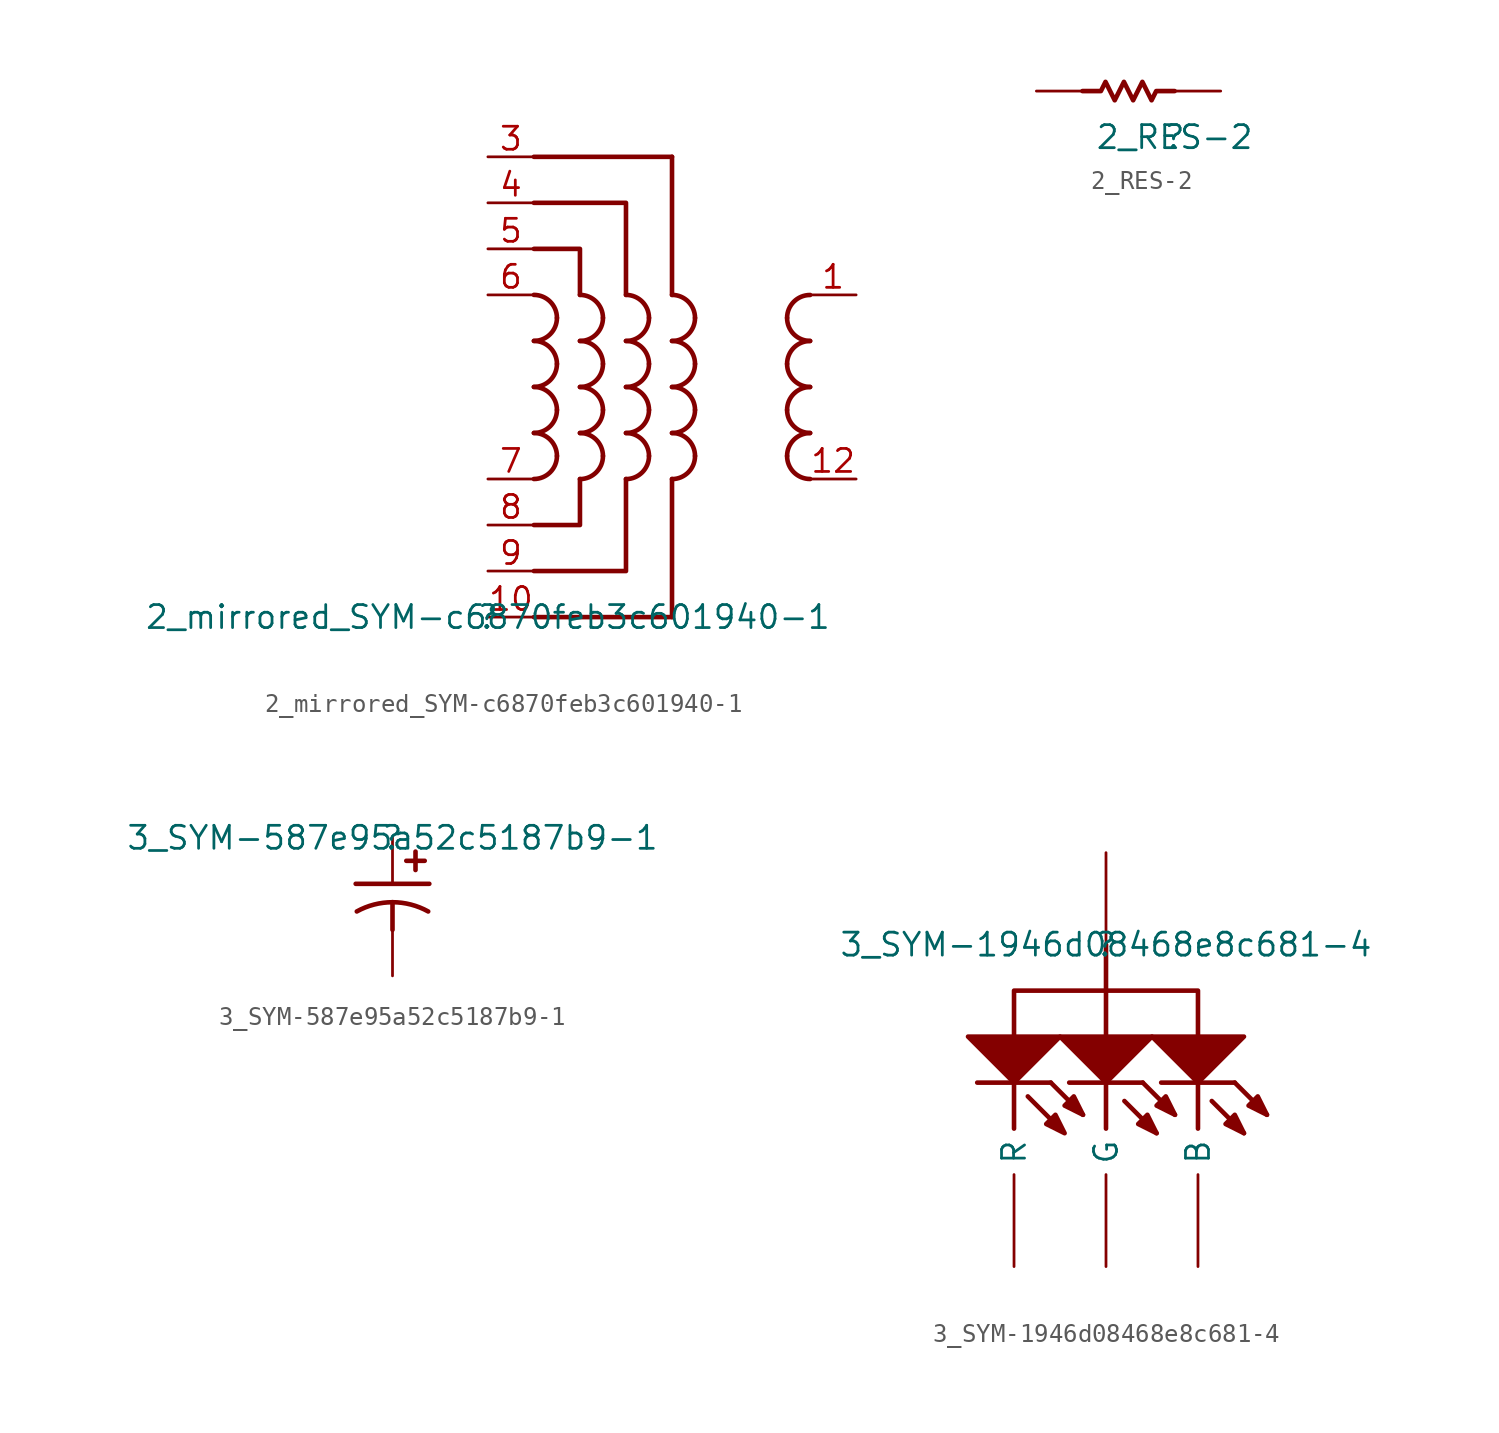
<source format=kicad_sym>
(kicad_symbol_lib
  (version 20211014)
  (generator kicad_symbol_editor)
  (symbol "2_mirrored_SYM-c6870feb3c601940-1"
    (property "Reference" ""
      (at 0 0 0)
      (effects (font (size 1.27 1.27))))
    (property "Value" "2_mirrored_SYM-c6870feb3c601940-1"
      (at 0 0 0)
      (effects (font (size 1.27 1.27))))
    (symbol "2_mirrored_SYM-c6870feb3c601940-1_1_0"
      (polyline (pts (xy 2.54 0) (xy 10.16 0)) (stroke (width 0.254) (type default) (color 0 0 0 0)) (fill (type none)))
      (polyline (pts (xy 2.54 25.4) (xy 10.16 25.4)) (stroke (width 0.254) (type default) (color 0 0 0 0)) (fill (type none)))
      (polyline (pts (xy 10.16 0) (xy 10.16 7.62)) (stroke (width 0.254) (type default) (color 0 0 0 0)) (fill (type none)))
      (polyline (pts (xy 10.16 25.4) (xy 10.16 17.78)) (stroke (width 0.254) (type default) (color 0 0 0 0)) (fill (type none)))
      (polyline (pts (xy 2.54 20.32) (xy 5.08 20.32) (xy 5.08 17.78)) (stroke (width 0.254) (type default) (color 0 0 0 0)) (fill (type none)))
      (polyline (pts (xy 2.54 22.86) (xy 7.62 22.86) (xy 7.62 17.78)) (stroke (width 0.254) (type default) (color 0 0 0 0)) (fill (type none)))
      (polyline (pts (xy 5.08 7.62) (xy 5.08 5.08) (xy 2.54 5.08)) (stroke (width 0.254) (type default) (color 0 0 0 0)) (fill (type none)))
      (polyline (pts (xy 7.62 7.62) (xy 7.62 2.54) (xy 2.54 2.54)) (stroke (width 0.254) (type default) (color 0 0 0 0)) (fill (type none)))
      (arc (start 2.54 7.62) (mid 3.438 7.992) (end 3.81 8.89) (stroke (width 0.254) (type default) (color 0 0 0 0)) (fill (type none)))
      (arc (start 2.54 10.16) (mid 3.438 10.532) (end 3.81 11.43) (stroke (width 0.254) (type default) (color 0 0 0 0)) (fill (type none)))
      (arc (start 2.54 12.7) (mid 3.438 13.072) (end 3.81 13.97) (stroke (width 0.254) (type default) (color 0 0 0 0)) (fill (type none)))
      (arc (start 2.54 15.24) (mid 3.438 15.612) (end 3.81 16.51) (stroke (width 0.254) (type default) (color 0 0 0 0)) (fill (type none)))
      (arc (start 3.81 8.89) (mid 3.438 9.788) (end 2.54 10.16) (stroke (width 0.254) (type default) (color 0 0 0 0)) (fill (type none)))
      (arc (start 3.81 11.43) (mid 3.438 12.328) (end 2.54 12.7) (stroke (width 0.254) (type default) (color 0 0 0 0)) (fill (type none)))
      (arc (start 3.81 13.97) (mid 3.438 14.868) (end 2.54 15.24) (stroke (width 0.254) (type default) (color 0 0 0 0)) (fill (type none)))
      (arc (start 3.81 16.51) (mid 3.438 17.408) (end 2.54 17.78) (stroke (width 0.254) (type default) (color 0 0 0 0)) (fill (type none)))
      (arc (start 5.08 7.62) (mid 5.978 7.992) (end 6.35 8.89) (stroke (width 0.254) (type default) (color 0 0 0 0)) (fill (type none)))
      (arc (start 5.08 10.16) (mid 5.978 10.532) (end 6.35 11.43) (stroke (width 0.254) (type default) (color 0 0 0 0)) (fill (type none)))
      (arc (start 5.08 12.7) (mid 5.978 13.072) (end 6.35 13.97) (stroke (width 0.254) (type default) (color 0 0 0 0)) (fill (type none)))
      (arc (start 5.08 15.24) (mid 5.978 15.612) (end 6.35 16.51) (stroke (width 0.254) (type default) (color 0 0 0 0)) (fill (type none)))
      (arc (start 6.35 8.89) (mid 5.978 9.788) (end 5.08 10.16) (stroke (width 0.254) (type default) (color 0 0 0 0)) (fill (type none)))
      (arc (start 6.35 11.43) (mid 5.978 12.328) (end 5.08 12.7) (stroke (width 0.254) (type default) (color 0 0 0 0)) (fill (type none)))
      (arc (start 6.35 13.97) (mid 5.978 14.868) (end 5.08 15.24) (stroke (width 0.254) (type default) (color 0 0 0 0)) (fill (type none)))
      (arc (start 6.35 16.51) (mid 5.978 17.408) (end 5.08 17.78) (stroke (width 0.254) (type default) (color 0 0 0 0)) (fill (type none)))
      (arc (start 7.62 7.62) (mid 8.518 7.992) (end 8.89 8.89) (stroke (width 0.254) (type default) (color 0 0 0 0)) (fill (type none)))
      (arc (start 7.62 10.16) (mid 8.518 10.532) (end 8.89 11.43) (stroke (width 0.254) (type default) (color 0 0 0 0)) (fill (type none)))
      (arc (start 7.62 12.7) (mid 8.518 13.072) (end 8.89 13.97) (stroke (width 0.254) (type default) (color 0 0 0 0)) (fill (type none)))
      (arc (start 7.62 15.24) (mid 8.518 15.612) (end 8.89 16.51) (stroke (width 0.254) (type default) (color 0 0 0 0)) (fill (type none)))
      (arc (start 8.89 8.89) (mid 8.518 9.788) (end 7.62 10.16) (stroke (width 0.254) (type default) (color 0 0 0 0)) (fill (type none)))
      (arc (start 8.89 11.43) (mid 8.518 12.328) (end 7.62 12.7) (stroke (width 0.254) (type default) (color 0 0 0 0)) (fill (type none)))
      (arc (start 8.89 13.97) (mid 8.518 14.868) (end 7.62 15.24) (stroke (width 0.254) (type default) (color 0 0 0 0)) (fill (type none)))
      (arc (start 8.89 16.51) (mid 8.518 17.408) (end 7.62 17.78) (stroke (width 0.254) (type default) (color 0 0 0 0)) (fill (type none)))
      (arc (start 10.16 7.62) (mid 11.058 7.992) (end 11.43 8.89) (stroke (width 0.254) (type default) (color 0 0 0 0)) (fill (type none)))
      (arc (start 10.16 10.16) (mid 11.058 10.532) (end 11.43 11.43) (stroke (width 0.254) (type default) (color 0 0 0 0)) (fill (type none)))
      (arc (start 10.16 12.7) (mid 11.058 13.072) (end 11.43 13.97) (stroke (width 0.254) (type default) (color 0 0 0 0)) (fill (type none)))
      (arc (start 10.16 15.24) (mid 11.058 15.612) (end 11.43 16.51) (stroke (width 0.254) (type default) (color 0 0 0 0)) (fill (type none)))
      (arc (start 11.43 8.89) (mid 11.058 9.788) (end 10.16 10.16) (stroke (width 0.254) (type default) (color 0 0 0 0)) (fill (type none)))
      (arc (start 11.43 11.43) (mid 11.058 12.328) (end 10.16 12.7) (stroke (width 0.254) (type default) (color 0 0 0 0)) (fill (type none)))
      (arc (start 11.43 13.97) (mid 11.058 14.868) (end 10.16 15.24) (stroke (width 0.254) (type default) (color 0 0 0 0)) (fill (type none)))
      (arc (start 11.43 16.51) (mid 11.058 17.408) (end 10.16 17.78) (stroke (width 0.254) (type default) (color 0 0 0 0)) (fill (type none)))
      (arc (start 16.51 8.89) (mid 16.882 7.992) (end 17.78 7.62) (stroke (width 0.254) (type default) (color 0 0 0 0)) (fill (type none)))
      (arc (start 16.51 11.43) (mid 16.882 10.532) (end 17.78 10.16) (stroke (width 0.254) (type default) (color 0 0 0 0)) (fill (type none)))
      (arc (start 16.51 13.97) (mid 16.882 13.072) (end 17.78 12.7) (stroke (width 0.254) (type default) (color 0 0 0 0)) (fill (type none)))
      (arc (start 16.51 16.51) (mid 16.882 15.612) (end 17.78 15.24) (stroke (width 0.254) (type default) (color 0 0 0 0)) (fill (type none)))
      (arc (start 17.78 10.16) (mid 16.882 9.788) (end 16.51 8.89) (stroke (width 0.254) (type default) (color 0 0 0 0)) (fill (type none)))
      (arc (start 17.78 12.7) (mid 16.882 12.328) (end 16.51 11.43) (stroke (width 0.254) (type default) (color 0 0 0 0)) (fill (type none)))
      (arc (start 17.78 15.24) (mid 16.882 14.868) (end 16.51 13.97) (stroke (width 0.254) (type default) (color 0 0 0 0)) (fill (type none)))
      (arc (start 17.78 17.78) (mid 16.882 17.408) (end 16.51 16.51) (stroke (width 0.254) (type default) (color 0 0 0 0)) (fill (type none)))
      (pin passive line (at 20.32 17.78 180) (length 2.54) (name "1" (effects (font (size 0 0)))) (number "1" (effects (font (size 1.27 1.27)))))
      (pin passive line (at 0 0 0) (length 2.54) (name "10" (effects (font (size 0 0)))) (number "10" (effects (font (size 1.27 1.27)))))
      (pin passive line (at 20.32 7.62 180) (length 2.54) (name "12" (effects (font (size 0 0)))) (number "12" (effects (font (size 1.27 1.27)))))
      (pin passive line (at 0 25.4 0) (length 2.54) (name "3" (effects (font (size 0 0)))) (number "3" (effects (font (size 1.27 1.27)))))
      (pin passive line (at 0 22.86 0) (length 2.54) (name "4" (effects (font (size 0 0)))) (number "4" (effects (font (size 1.27 1.27)))))
      (pin passive line (at 0 20.32 0) (length 2.54) (name "5" (effects (font (size 0 0)))) (number "5" (effects (font (size 1.27 1.27)))))
      (pin passive line (at 0 17.78 0) (length 2.54) (name "6" (effects (font (size 0 0)))) (number "6" (effects (font (size 1.27 1.27)))))
      (pin passive line (at 0 7.62 0) (length 2.54) (name "7" (effects (font (size 0 0)))) (number "7" (effects (font (size 1.27 1.27)))))
      (pin passive line (at 0 5.08 0) (length 2.54) (name "8" (effects (font (size 0 0)))) (number "8" (effects (font (size 1.27 1.27)))))
      (pin passive line (at 0 2.54 0) (length 2.54) (name "9" (effects (font (size 0 0)))) (number "9" (effects (font (size 1.27 1.27)))))))
  (symbol "2_RES-2"
    (property "Reference" ""
      (at 0 0 0)
      (effects (font (size 1.27 1.27))))
    (property "Value" "2_RES-2"
      (at 0 0 0)
      (effects (font (size 1.27 1.27))))
    (symbol "2_RES-2_1_0"
      (polyline (pts (xy -5.08 2.54) (xy -4.064 2.54) (xy -3.81 3.048) (xy -3.302 2.032) (xy -2.794 3.048) (xy -2.286 2.032) (xy -1.778 3.048) (xy -1.27 2.032) (xy -1.016 2.54) (xy 0 2.54)) (stroke (width 0.254) (type default) (color 0 0 0 0)) (fill (type none)))
      (pin passive line (at 2.54 2.54 180) (length 2.54) (name "1" (effects (font (size 0 0)))) (number "1" (effects (font (size 0 0)))))
      (pin passive line (at -7.62 2.54 0) (length 2.54) (name "2" (effects (font (size 0 0)))) (number "2" (effects (font (size 0 0)))))))
  (symbol "3_SYM-587e95a52c5187b9-1"
    (property "Reference" ""
      (at 0 0 0)
      (effects (font (size 1.27 1.27))))
    (property "Value" "3_SYM-587e95a52c5187b9-1"
      (at 0 0 0)
      (effects (font (size 1.27 1.27))))
    (symbol "3_SYM-587e95a52c5187b9-1_1_0"
      (arc (start 0 -3.556) (mid -1.0175 -3.6854) (end -1.9703 -4.0655) (stroke (width 0.254) (type default) (color 0 0 0 0)) (fill (type none)))
      (polyline (pts (xy -2.032 -2.54) (xy 2.032 -2.54)) (stroke (width 0.254) (type default) (color 0 0 0 0)) (fill (type none)))
      (polyline (pts (xy 0 -3.556) (xy 0 -5.08)) (stroke (width 0.254) (type default) (color 0 0 0 0)) (fill (type none)))
      (polyline (pts (xy 0.762 -1.27) (xy 1.778 -1.27)) (stroke (width 0.254) (type default) (color 0 0 0 0)) (fill (type none)))
      (polyline (pts (xy 1.27 -1.778) (xy 1.27 -0.762)) (stroke (width 0.254) (type default) (color 0 0 0 0)) (fill (type none)))
      (arc (start 1.9703 -4.0655) (mid 1.0176 -3.6854) (end 0 -3.556) (stroke (width 0.254) (type default) (color 0 0 0 0)) (fill (type none)))
      (pin passive line (at 0 0 270) (length 2.54) (name "1" (effects (font (size 0 0)))) (number "1" (effects (font (size 0 0)))))
      (pin passive line (at 0 -7.62 90) (length 2.54) (name "2" (effects (font (size 0 0)))) (number "2" (effects (font (size 0 0)))))))
  (symbol "3_SYM-1946d08468e8c681-4"
    (property "Reference" ""
      (at 0 0 0)
      (effects (font (size 1.27 1.27))))
    (property "Value" "3_SYM-1946d08468e8c681-4"
      (at 0 0 0)
      (effects (font (size 1.27 1.27))))
    (symbol "3_SYM-1946d08468e8c681-4_1_0"
      (polyline (pts (xy -5.08 -7.62) (xy -5.08 -10.16)) (stroke (width 0.254) (type default) (color 0 0 0 0)) (fill (type none)))
      (polyline (pts (xy -4.318 -8.382) (xy -2.54 -10.16)) (stroke (width 0.254) (type default) (color 0 0 0 0)) (fill (type none)))
      (polyline (pts (xy -3.048 -7.62) (xy -7.112 -7.62)) (stroke (width 0.254) (type default) (color 0 0 0 0)) (fill (type none)))
      (polyline (pts (xy -3.048 -7.62) (xy -1.27 -9.398)) (stroke (width 0.254) (type default) (color 0 0 0 0)) (fill (type none)))
      (polyline (pts (xy 0 -7.62) (xy 0 -10.16)) (stroke (width 0.254) (type default) (color 0 0 0 0)) (fill (type none)))
      (polyline (pts (xy 0 -2.54) (xy 0 -5.08)) (stroke (width 0.254) (type default) (color 0 0 0 0)) (fill (type none)))
      (polyline (pts (xy 1.016 -8.636) (xy 2.794 -10.414)) (stroke (width 0.254) (type default) (color 0 0 0 0)) (fill (type none)))
      (polyline (pts (xy 2.032 -7.62) (xy -2.032 -7.62)) (stroke (width 0.254) (type default) (color 0 0 0 0)) (fill (type none)))
      (polyline (pts (xy 2.032 -7.62) (xy 3.81 -9.398)) (stroke (width 0.254) (type default) (color 0 0 0 0)) (fill (type none)))
      (polyline (pts (xy 5.08 -7.62) (xy 5.08 -10.16)) (stroke (width 0.254) (type default) (color 0 0 0 0)) (fill (type none)))
      (polyline (pts (xy 5.842 -8.636) (xy 7.62 -10.414)) (stroke (width 0.254) (type default) (color 0 0 0 0)) (fill (type none)))
      (polyline (pts (xy 7.112 -7.62) (xy 3.048 -7.62)) (stroke (width 0.254) (type default) (color 0 0 0 0)) (fill (type none)))
      (polyline (pts (xy 7.112 -7.62) (xy 8.89 -9.398)) (stroke (width 0.254) (type default) (color 0 0 0 0)) (fill (type none)))
      (polyline (pts (xy 0 -2.54) (xy 5.08 -2.54) (xy 5.08 -5.08)) (stroke (width 0.254) (type default) (color 0 0 0 0)) (fill (type none)))
      (polyline (pts (xy -7.62 -5.08) (xy -5.08 -7.62) (xy -2.54 -5.08) (xy -7.62 -5.08)) (stroke (width 0.254) (type default) (color 0 0 0 0)) (fill (type outline)))
      (polyline (pts (xy -2.54 -5.08) (xy 0 -7.62) (xy 2.54 -5.08) (xy -2.54 -5.08)) (stroke (width 0.254) (type default) (color 0 0 0 0)) (fill (type outline)))
      (polyline (pts (xy -2.286 -10.414) (xy -2.794 -9.398) (xy -3.302 -9.906) (xy -2.286 -10.414)) (stroke (width 0.254) (type default) (color 0 0 0 0)) (fill (type outline)))
      (polyline (pts (xy -1.27 -9.398) (xy -1.778 -8.382) (xy -2.286 -8.89) (xy -1.27 -9.398)) (stroke (width 0.254) (type default) (color 0 0 0 0)) (fill (type outline)))
      (polyline (pts (xy 0 0) (xy 0 -2.54) (xy -5.08 -2.54) (xy -5.08 -5.08)) (stroke (width 0.254) (type default) (color 0 0 0 0)) (fill (type none)))
      (polyline (pts (xy 2.54 -5.08) (xy 5.08 -7.62) (xy 7.62 -5.08) (xy 2.54 -5.08)) (stroke (width 0.254) (type default) (color 0 0 0 0)) (fill (type outline)))
      (polyline (pts (xy 2.794 -10.414) (xy 2.286 -9.398) (xy 1.778 -9.906) (xy 2.794 -10.414)) (stroke (width 0.254) (type default) (color 0 0 0 0)) (fill (type outline)))
      (polyline (pts (xy 3.81 -9.398) (xy 3.302 -8.382) (xy 2.794 -8.89) (xy 3.81 -9.398)) (stroke (width 0.254) (type default) (color 0 0 0 0)) (fill (type outline)))
      (polyline (pts (xy 7.62 -10.414) (xy 7.112 -9.398) (xy 6.604 -9.906) (xy 7.62 -10.414)) (stroke (width 0.254) (type default) (color 0 0 0 0)) (fill (type outline)))
      (polyline (pts (xy 8.89 -9.398) (xy 8.382 -8.382) (xy 7.874 -8.89) (xy 8.89 -9.398)) (stroke (width 0.254) (type default) (color 0 0 0 0)) (fill (type outline)))
      (pin passive line (at -5.08 -17.78 90) (length 5.08) (name "R" (effects (font (size 1.27 1.27)))) (number "1" (effects (font (size 0 0)))))
      (pin passive line (at 0 -17.78 90) (length 5.08) (name "G" (effects (font (size 1.27 1.27)))) (number "2" (effects (font (size 0 0)))))
      (pin passive line (at 5.08 -17.78 90) (length 5.08) (name "B" (effects (font (size 1.27 1.27)))) (number "3" (effects (font (size 0 0)))))
      (pin passive line (at 0 5.08 270) (length 5.08) (name "A" (effects (font (size 0 0)))) (number "4" (effects (font (size 0 0))))))))
</source>
